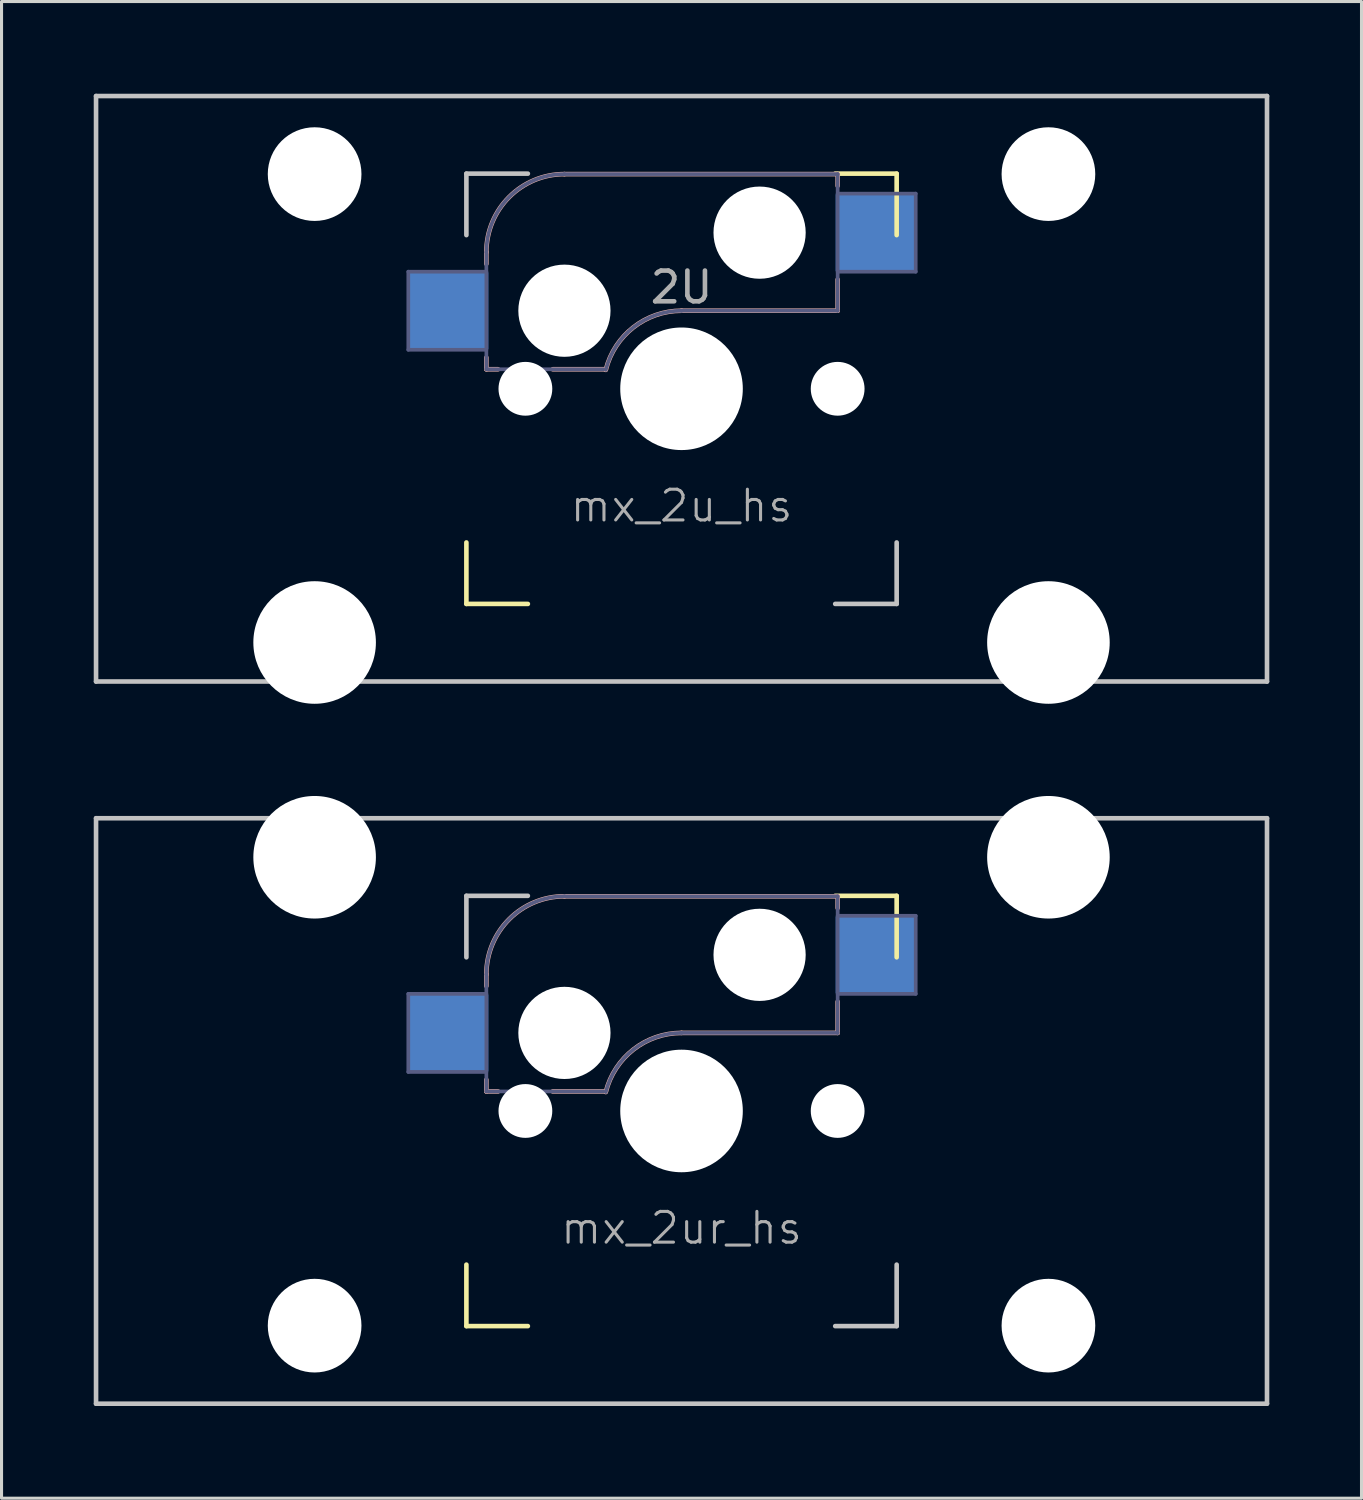
<source format=kicad_pcb>
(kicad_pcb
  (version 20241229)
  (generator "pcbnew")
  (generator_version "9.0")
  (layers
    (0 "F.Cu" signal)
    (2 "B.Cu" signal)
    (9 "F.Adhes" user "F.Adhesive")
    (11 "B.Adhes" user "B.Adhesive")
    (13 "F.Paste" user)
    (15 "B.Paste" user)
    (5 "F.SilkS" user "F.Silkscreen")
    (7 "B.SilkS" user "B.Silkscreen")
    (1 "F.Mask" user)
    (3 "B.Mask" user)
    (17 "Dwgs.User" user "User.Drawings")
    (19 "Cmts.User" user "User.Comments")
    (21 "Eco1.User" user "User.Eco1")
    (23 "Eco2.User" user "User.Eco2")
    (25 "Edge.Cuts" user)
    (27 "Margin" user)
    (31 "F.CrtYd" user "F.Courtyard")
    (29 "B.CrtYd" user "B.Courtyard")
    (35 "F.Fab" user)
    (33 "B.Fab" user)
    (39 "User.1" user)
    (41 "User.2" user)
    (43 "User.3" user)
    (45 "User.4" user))
  (footprint "mx_2u_hs"
    (layer "F.Cu")
    (at 19.125 9.6)
    (property "Reference" "mx_2u_hs" (at 0 3.81 0) (unlocked yes) (layer "F.Fab") (effects (font (size 1 1) (thickness 0.1))))
    (attr smd)
    (fp_line (start -7 5) (end -7 7) (stroke (width 0.15) (type solid)) (layer "F.SilkS"))
    (fp_line (start -7 7) (end -5 7) (stroke (width 0.15) (type solid)) (layer "F.SilkS"))
    (fp_line (start 5 -7) (end 7 -7) (stroke (width 0.15) (type solid)) (layer "F.SilkS"))
    (fp_line (start 7 -7) (end 7 -5) (stroke (width 0.15) (type solid)) (layer "F.SilkS"))
    (fp_line (start -6.35 -4.445) (end -6.35 -4.064) (stroke (width 0.15) (type solid)) (layer "B.SilkS"))
    (fp_line (start -6.35 -1.016) (end -6.35 -0.635) (stroke (width 0.15) (type solid)) (layer "B.SilkS"))
    (fp_line (start -5.969 -0.635) (end -6.35 -0.635) (stroke (width 0.15) (type solid)) (layer "B.SilkS"))
    (fp_line (start -3.81 -6.985) (end 5.08 -6.985) (stroke (width 0.15) (type solid)) (layer "B.SilkS"))
    (fp_line (start -2.464 -0.635) (end -4.191 -0.635) (stroke (width 0.15) (type solid)) (layer "B.SilkS"))
    (fp_line (start 5.08 -6.985) (end 5.08 -6.604) (stroke (width 0.15) (type solid)) (layer "B.SilkS"))
    (fp_line (start 5.08 -3.556) (end 5.08 -2.54) (stroke (width 0.15) (type solid)) (layer "B.SilkS"))
    (fp_line (start 5.08 -2.54) (end 0 -2.54) (stroke (width 0.15) (type solid)) (layer "B.SilkS"))
    (fp_arc (start -6.35 -4.444999) (mid -5.606051 -6.24105) (end -3.81 -6.984999) (stroke (width 0.15) (type solid)) (layer "B.SilkS"))
    (fp_arc (start -2.464162 -0.616039) (mid -1.563147 -2.002041) (end 0 -2.539999) (stroke (width 0.15) (type solid)) (layer "B.SilkS"))
    (fp_line (start -19.05 -9.525) (end 19.05 -9.525) (stroke (width 0.15) (type solid)) (layer "Dwgs.User"))
    (fp_line (start -19.05 9.525) (end -19.05 -9.525) (stroke (width 0.15) (type solid)) (layer "Dwgs.User"))
    (fp_line (start -19.05 9.525) (end 19.05 9.525) (stroke (width 0.15) (type solid)) (layer "Dwgs.User"))
    (fp_line (start -7 -7) (end -7 -5) (stroke (width 0.15) (type solid)) (layer "Dwgs.User"))
    (fp_line (start -5 -7) (end -7 -7) (stroke (width 0.15) (type solid)) (layer "Dwgs.User"))
    (fp_line (start 5 7) (end 7 7) (stroke (width 0.15) (type solid)) (layer "Dwgs.User"))
    (fp_line (start 7 7) (end 7 5) (stroke (width 0.15) (type solid)) (layer "Dwgs.User"))
    (fp_line (start 19.05 -9.525) (end 19.05 9.525) (stroke (width 0.15) (type solid)) (layer "Dwgs.User"))
    (fp_line (start -8.89 -3.81) (end -6.35 -3.81) (stroke (width 0.12) (type solid)) (layer "B.Fab"))
    (fp_line (start -8.89 -1.27) (end -8.89 -3.81) (stroke (width 0.12) (type solid)) (layer "B.Fab"))
    (fp_line (start -6.35 -1.27) (end -8.89 -1.27) (stroke (width 0.12) (type solid)) (layer "B.Fab"))
    (fp_line (start -6.35 -0.635) (end -6.35 -4.445) (stroke (width 0.12) (type solid)) (layer "B.Fab"))
    (fp_line (start -6.35 -0.635) (end -2.54 -0.635) (stroke (width 0.12) (type solid)) (layer "B.Fab"))
    (fp_line (start -3.81 -6.985) (end 5.08 -6.985) (stroke (width 0.12) (type solid)) (layer "B.Fab"))
    (fp_line (start 5.08 -6.985) (end 5.08 -2.54) (stroke (width 0.12) (type solid)) (layer "B.Fab"))
    (fp_line (start 5.08 -6.35) (end 7.62 -6.35) (stroke (width 0.12) (type solid)) (layer "B.Fab"))
    (fp_line (start 5.08 -2.54) (end 0 -2.54) (stroke (width 0.12) (type solid)) (layer "B.Fab"))
    (fp_line (start 7.62 -6.35) (end 7.62 -3.81) (stroke (width 0.12) (type solid)) (layer "B.Fab"))
    (fp_line (start 7.62 -3.81) (end 5.08 -3.81) (stroke (width 0.12) (type solid)) (layer "B.Fab"))
    (fp_arc (start -6.35 -4.444999) (mid -5.606051 -6.24105) (end -3.81 -6.984999) (stroke (width 0.12) (type solid)) (layer "B.Fab"))
    (fp_arc (start -2.464162 -0.616039) (mid -1.563147 -2.002041) (end 0 -2.539999) (stroke (width 0.12) (type solid)) (layer "B.Fab"))
    (fp_text user "2U" (at 0 -3.302 0) (layer "F.Fab") (effects (font (size 1 1) (thickness 0.15))))
    (pad "" np_thru_hole circle (at -11.938 -6.985) (size 3.048 3.048) (drill 3.048) (layers "*.Cu" "*.Mask"))
    (pad "" np_thru_hole circle (at -11.938 8.255) (size 3.988 3.988) (drill 3.988) (layers "*.Cu" "*.Mask"))
    (pad "" np_thru_hole circle (at -5.08 0 48.1) (size 1.75 1.75) (drill 1.75) (layers "*.Cu" "*.Mask"))
    (pad "" np_thru_hole circle (at -3.81 -2.54) (size 3 3) (drill 3) (layers "*.Cu" "*.Mask"))
    (pad "" np_thru_hole circle (at 0 0) (size 3.988 3.988) (drill 3.988) (layers "*.Cu" "*.Mask"))
    (pad "" np_thru_hole circle (at 2.54 -5.08) (size 3 3) (drill 3) (layers "*.Cu" "*.Mask"))
    (pad "" np_thru_hole circle (at 5.08 0 48.1) (size 1.75 1.75) (drill 1.75) (layers "*.Cu" "*.Mask"))
    (pad "" np_thru_hole circle (at 11.938 -6.985) (size 3.048 3.048) (drill 3.048) (layers "*.Cu" "*.Mask"))
    (pad "" np_thru_hole circle (at 11.938 8.255) (size 3.988 3.988) (drill 3.988) (layers "*.Cu" "*.Mask"))
    (pad "1" smd rect (at -7.56 -2.54) (size 2.55 2.5) (layers "B.Cu" "B.Mask" "B.Paste"))
    (pad "2" smd rect (at 6.29 -5.08) (size 2.55 2.5) (layers "B.Cu" "B.Mask" "B.Paste")))
  (footprint "mx_2ur_hs"
    (layer "F.Cu")
    (at 19.125 33.098)
    (property "Reference" "mx_2ur_hs" (at 0 3.81 0) (unlocked yes) (layer "F.Fab") (effects (font (size 1 1) (thickness 0.1))))
    (attr smd)
    (fp_line (start -7 5) (end -7 7) (stroke (width 0.15) (type solid)) (layer "F.SilkS"))
    (fp_line (start -7 7) (end -5 7) (stroke (width 0.15) (type solid)) (layer "F.SilkS"))
    (fp_line (start 5 -7) (end 7 -7) (stroke (width 0.15) (type solid)) (layer "F.SilkS"))
    (fp_line (start 7 -7) (end 7 -5) (stroke (width 0.15) (type solid)) (layer "F.SilkS"))
    (fp_line (start -6.35 -4.445) (end -6.35 -4.064) (stroke (width 0.15) (type solid)) (layer "B.SilkS"))
    (fp_line (start -6.35 -1.016) (end -6.35 -0.635) (stroke (width 0.15) (type solid)) (layer "B.SilkS"))
    (fp_line (start -5.969 -0.635) (end -6.35 -0.635) (stroke (width 0.15) (type solid)) (layer "B.SilkS"))
    (fp_line (start -3.81 -6.985) (end 5.08 -6.985) (stroke (width 0.15) (type solid)) (layer "B.SilkS"))
    (fp_line (start -2.464 -0.635) (end -4.191 -0.635) (stroke (width 0.15) (type solid)) (layer "B.SilkS"))
    (fp_line (start 5.08 -6.985) (end 5.08 -6.604) (stroke (width 0.15) (type solid)) (layer "B.SilkS"))
    (fp_line (start 5.08 -3.556) (end 5.08 -2.54) (stroke (width 0.15) (type solid)) (layer "B.SilkS"))
    (fp_line (start 5.08 -2.54) (end 0 -2.54) (stroke (width 0.15) (type solid)) (layer "B.SilkS"))
    (fp_arc (start -6.35 -4.444999) (mid -5.606051 -6.24105) (end -3.81 -6.984999) (stroke (width 0.15) (type solid)) (layer "B.SilkS"))
    (fp_arc (start -2.464162 -0.616039) (mid -1.563147 -2.002041) (end 0 -2.539999) (stroke (width 0.15) (type solid)) (layer "B.SilkS"))
    (fp_line (start -19.05 -9.525) (end 19.05 -9.525) (stroke (width 0.15) (type solid)) (layer "Dwgs.User"))
    (fp_line (start -19.05 9.525) (end -19.05 -9.525) (stroke (width 0.15) (type solid)) (layer "Dwgs.User"))
    (fp_line (start -19.05 9.525) (end 19.05 9.525) (stroke (width 0.15) (type solid)) (layer "Dwgs.User"))
    (fp_line (start -7 -7) (end -7 -5) (stroke (width 0.15) (type solid)) (layer "Dwgs.User"))
    (fp_line (start -5 -7) (end -7 -7) (stroke (width 0.15) (type solid)) (layer "Dwgs.User"))
    (fp_line (start 5 7) (end 7 7) (stroke (width 0.15) (type solid)) (layer "Dwgs.User"))
    (fp_line (start 7 7) (end 7 5) (stroke (width 0.15) (type solid)) (layer "Dwgs.User"))
    (fp_line (start 19.05 -9.525) (end 19.05 9.525) (stroke (width 0.15) (type solid)) (layer "Dwgs.User"))
    (fp_line (start -8.89 -3.81) (end -6.35 -3.81) (stroke (width 0.12) (type solid)) (layer "B.Fab"))
    (fp_line (start -8.89 -1.27) (end -8.89 -3.81) (stroke (width 0.12) (type solid)) (layer "B.Fab"))
    (fp_line (start -6.35 -1.27) (end -8.89 -1.27) (stroke (width 0.12) (type solid)) (layer "B.Fab"))
    (fp_line (start -6.35 -0.635) (end -6.35 -4.445) (stroke (width 0.12) (type solid)) (layer "B.Fab"))
    (fp_line (start -6.35 -0.635) (end -2.54 -0.635) (stroke (width 0.12) (type solid)) (layer "B.Fab"))
    (fp_line (start -3.81 -6.985) (end 5.08 -6.985) (stroke (width 0.12) (type solid)) (layer "B.Fab"))
    (fp_line (start 5.08 -6.985) (end 5.08 -2.54) (stroke (width 0.12) (type solid)) (layer "B.Fab"))
    (fp_line (start 5.08 -6.35) (end 7.62 -6.35) (stroke (width 0.12) (type solid)) (layer "B.Fab"))
    (fp_line (start 5.08 -2.54) (end 0 -2.54) (stroke (width 0.12) (type solid)) (layer "B.Fab"))
    (fp_line (start 7.62 -6.35) (end 7.62 -3.81) (stroke (width 0.12) (type solid)) (layer "B.Fab"))
    (fp_line (start 7.62 -3.81) (end 5.08 -3.81) (stroke (width 0.12) (type solid)) (layer "B.Fab"))
    (fp_arc (start -6.35 -4.444999) (mid -5.606051 -6.24105) (end -3.81 -6.984999) (stroke (width 0.12) (type solid)) (layer "B.Fab"))
    (fp_arc (start -2.464162 -0.616039) (mid -1.563147 -2.002041) (end 0 -2.539999) (stroke (width 0.12) (type solid)) (layer "B.Fab"))
    (pad "" np_thru_hole circle (at -11.938 -8.255) (size 3.988 3.988) (drill 3.988) (layers "*.Cu" "*.Mask"))
    (pad "" np_thru_hole circle (at -11.938 6.985) (size 3.048 3.048) (drill 3.048) (layers "*.Cu" "*.Mask"))
    (pad "" np_thru_hole circle (at -5.08 0 48.1) (size 1.75 1.75) (drill 1.75) (layers "*.Cu" "*.Mask"))
    (pad "" np_thru_hole circle (at -3.81 -2.54) (size 3 3) (drill 3) (layers "*.Cu" "*.Mask"))
    (pad "" np_thru_hole circle (at 0 0) (size 3.988 3.988) (drill 3.988) (layers "*.Cu" "*.Mask"))
    (pad "" np_thru_hole circle (at 2.54 -5.08) (size 3 3) (drill 3) (layers "*.Cu" "*.Mask"))
    (pad "" np_thru_hole circle (at 5.08 0 48.1) (size 1.75 1.75) (drill 1.75) (layers "*.Cu" "*.Mask"))
    (pad "" np_thru_hole circle (at 11.938 -8.255) (size 3.988 3.988) (drill 3.988) (layers "*.Cu" "*.Mask"))
    (pad "" np_thru_hole circle (at 11.938 6.985) (size 3.048 3.048) (drill 3.048) (layers "*.Cu" "*.Mask"))
    (pad "1" smd rect (at -7.56 -2.54) (size 2.55 2.5) (layers "B.Cu" "B.Mask" "B.Paste"))
    (pad "2" smd rect (at 6.29 -5.08) (size 2.55 2.5) (layers "B.Cu" "B.Mask" "B.Paste")))
  (gr_rect
    (start -3 -3)
    (end 41.25 45.698)
    (stroke (width 0.1) (type default))
    (fill no)
    (layer "Edge.Cuts")))
</source>
